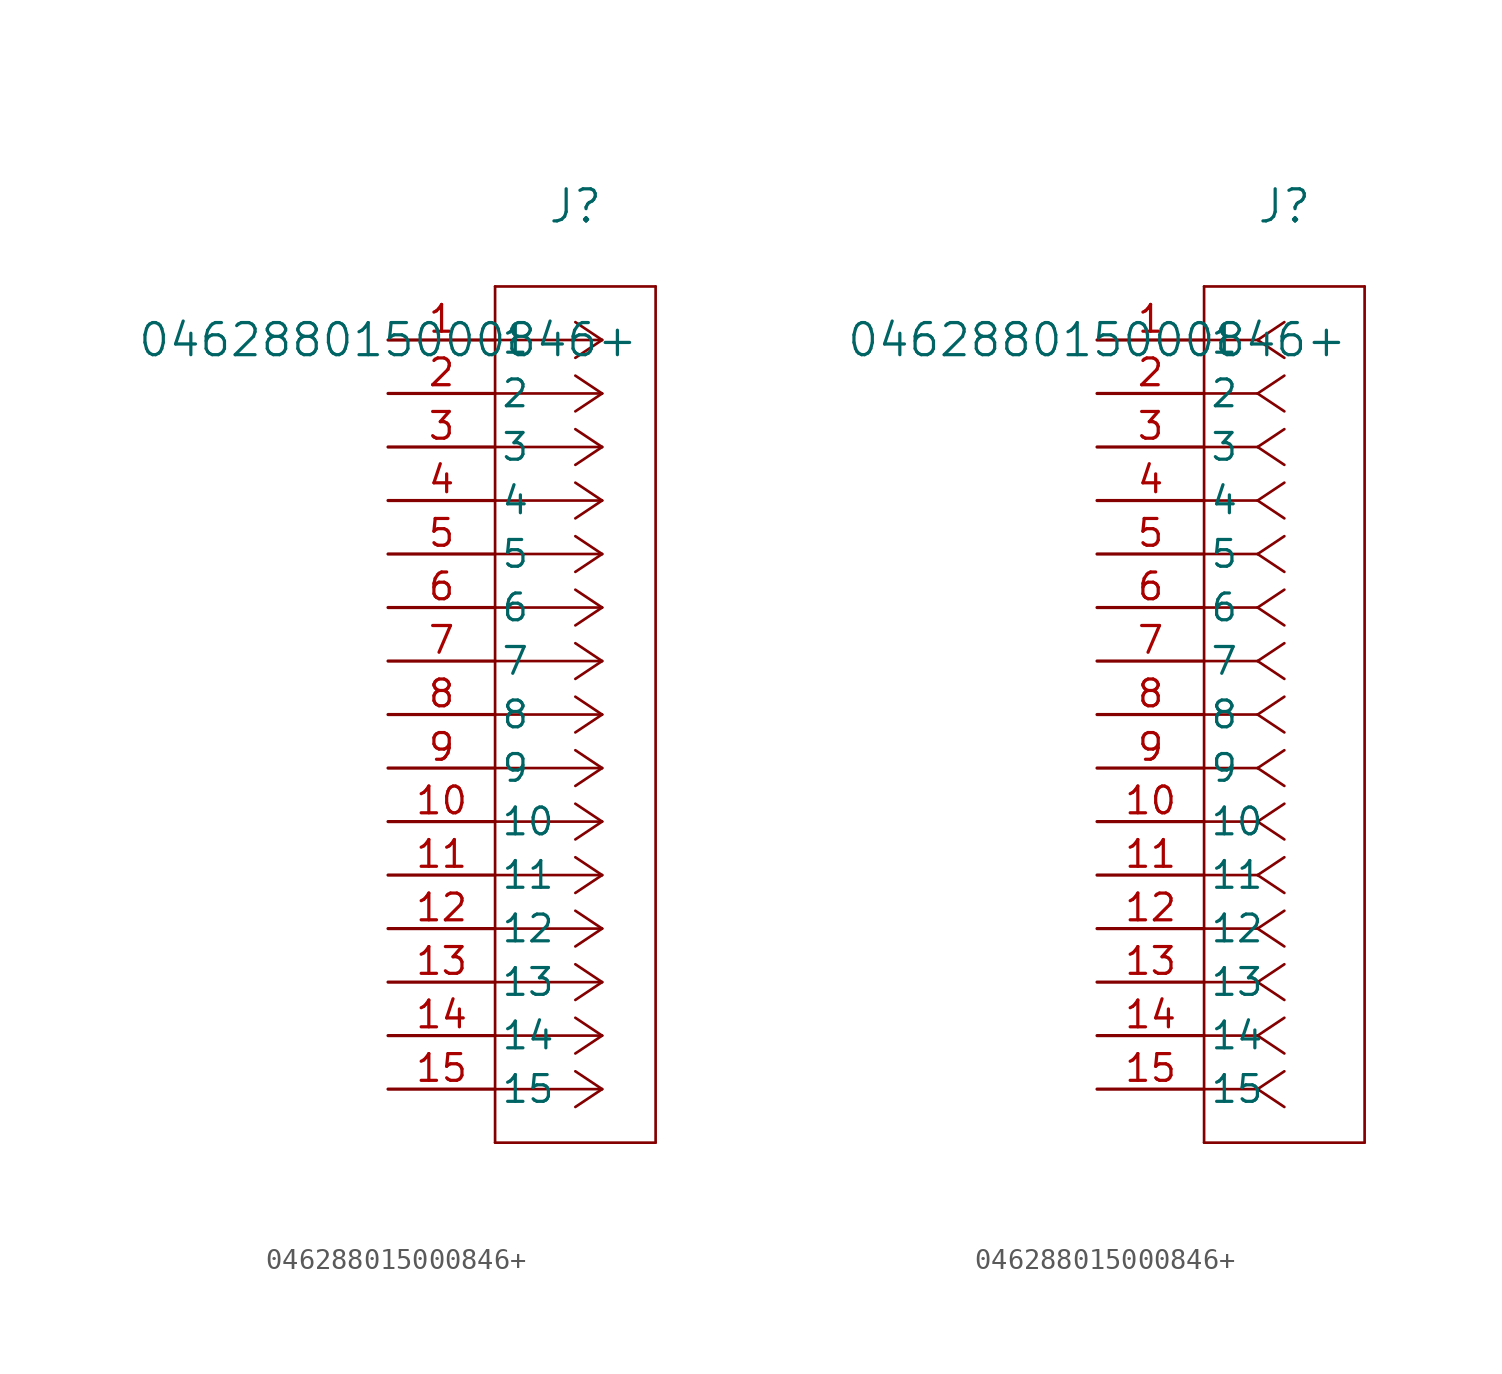
<source format=kicad_sym>
(kicad_symbol_lib
  (version 20211014)
  (generator kicad_symbol_editor)
  (symbol "046288015000846+"
    (pin_names
      (offset 0.254))
    (property "Reference" "J"
      (at 8.89 6.35 0)
      (effects (font (size 1.524 1.524))))
    (property "Value" "046288015000846+"
      (at 0 0 0)
      (effects (font (size 1.524 1.524))))
    (symbol "046288015000846+_1_1"
      (polyline (pts (xy 10.16 0) (xy 5.08 0)) (stroke (width 0.127) (type default) (color 0 0 0 0)) (fill (type none)))
      (polyline (pts (xy 10.16 -2.54) (xy 5.08 -2.54)) (stroke (width 0.127) (type default) (color 0 0 0 0)) (fill (type none)))
      (polyline (pts (xy 10.16 -5.08) (xy 5.08 -5.08)) (stroke (width 0.127) (type default) (color 0 0 0 0)) (fill (type none)))
      (polyline (pts (xy 10.16 -7.62) (xy 5.08 -7.62)) (stroke (width 0.127) (type default) (color 0 0 0 0)) (fill (type none)))
      (polyline (pts (xy 10.16 -10.16) (xy 5.08 -10.16)) (stroke (width 0.127) (type default) (color 0 0 0 0)) (fill (type none)))
      (polyline (pts (xy 10.16 -12.7) (xy 5.08 -12.7)) (stroke (width 0.127) (type default) (color 0 0 0 0)) (fill (type none)))
      (polyline (pts (xy 10.16 -15.24) (xy 5.08 -15.24)) (stroke (width 0.127) (type default) (color 0 0 0 0)) (fill (type none)))
      (polyline (pts (xy 10.16 -17.78) (xy 5.08 -17.78)) (stroke (width 0.127) (type default) (color 0 0 0 0)) (fill (type none)))
      (polyline (pts (xy 10.16 -20.32) (xy 5.08 -20.32)) (stroke (width 0.127) (type default) (color 0 0 0 0)) (fill (type none)))
      (polyline (pts (xy 10.16 -22.86) (xy 5.08 -22.86)) (stroke (width 0.127) (type default) (color 0 0 0 0)) (fill (type none)))
      (polyline (pts (xy 10.16 -25.4) (xy 5.08 -25.4)) (stroke (width 0.127) (type default) (color 0 0 0 0)) (fill (type none)))
      (polyline (pts (xy 10.16 -27.94) (xy 5.08 -27.94)) (stroke (width 0.127) (type default) (color 0 0 0 0)) (fill (type none)))
      (polyline (pts (xy 10.16 -30.48) (xy 5.08 -30.48)) (stroke (width 0.127) (type default) (color 0 0 0 0)) (fill (type none)))
      (polyline (pts (xy 10.16 -33.02) (xy 5.08 -33.02)) (stroke (width 0.127) (type default) (color 0 0 0 0)) (fill (type none)))
      (polyline (pts (xy 10.16 -35.56) (xy 5.08 -35.56)) (stroke (width 0.127) (type default) (color 0 0 0 0)) (fill (type none)))
      (polyline (pts (xy 10.16 0) (xy 8.89 0.847)) (stroke (width 0.127) (type default) (color 0 0 0 0)) (fill (type none)))
      (polyline (pts (xy 10.16 -2.54) (xy 8.89 -1.693)) (stroke (width 0.127) (type default) (color 0 0 0 0)) (fill (type none)))
      (polyline (pts (xy 10.16 -5.08) (xy 8.89 -4.233)) (stroke (width 0.127) (type default) (color 0 0 0 0)) (fill (type none)))
      (polyline (pts (xy 10.16 -7.62) (xy 8.89 -6.773)) (stroke (width 0.127) (type default) (color 0 0 0 0)) (fill (type none)))
      (polyline (pts (xy 10.16 -10.16) (xy 8.89 -9.313)) (stroke (width 0.127) (type default) (color 0 0 0 0)) (fill (type none)))
      (polyline (pts (xy 10.16 -12.7) (xy 8.89 -11.853)) (stroke (width 0.127) (type default) (color 0 0 0 0)) (fill (type none)))
      (polyline (pts (xy 10.16 -15.24) (xy 8.89 -14.393)) (stroke (width 0.127) (type default) (color 0 0 0 0)) (fill (type none)))
      (polyline (pts (xy 10.16 -17.78) (xy 8.89 -16.933)) (stroke (width 0.127) (type default) (color 0 0 0 0)) (fill (type none)))
      (polyline (pts (xy 10.16 -20.32) (xy 8.89 -19.473)) (stroke (width 0.127) (type default) (color 0 0 0 0)) (fill (type none)))
      (polyline (pts (xy 10.16 -22.86) (xy 8.89 -22.013)) (stroke (width 0.127) (type default) (color 0 0 0 0)) (fill (type none)))
      (polyline (pts (xy 10.16 -25.4) (xy 8.89 -24.553)) (stroke (width 0.127) (type default) (color 0 0 0 0)) (fill (type none)))
      (polyline (pts (xy 10.16 -27.94) (xy 8.89 -27.093)) (stroke (width 0.127) (type default) (color 0 0 0 0)) (fill (type none)))
      (polyline (pts (xy 10.16 -30.48) (xy 8.89 -29.633)) (stroke (width 0.127) (type default) (color 0 0 0 0)) (fill (type none)))
      (polyline (pts (xy 10.16 -33.02) (xy 8.89 -32.173)) (stroke (width 0.127) (type default) (color 0 0 0 0)) (fill (type none)))
      (polyline (pts (xy 10.16 -35.56) (xy 8.89 -34.713)) (stroke (width 0.127) (type default) (color 0 0 0 0)) (fill (type none)))
      (polyline (pts (xy 10.16 0) (xy 8.89 -0.847)) (stroke (width 0.127) (type default) (color 0 0 0 0)) (fill (type none)))
      (polyline (pts (xy 10.16 -2.54) (xy 8.89 -3.387)) (stroke (width 0.127) (type default) (color 0 0 0 0)) (fill (type none)))
      (polyline (pts (xy 10.16 -5.08) (xy 8.89 -5.927)) (stroke (width 0.127) (type default) (color 0 0 0 0)) (fill (type none)))
      (polyline (pts (xy 10.16 -7.62) (xy 8.89 -8.467)) (stroke (width 0.127) (type default) (color 0 0 0 0)) (fill (type none)))
      (polyline (pts (xy 10.16 -10.16) (xy 8.89 -11.007)) (stroke (width 0.127) (type default) (color 0 0 0 0)) (fill (type none)))
      (polyline (pts (xy 10.16 -12.7) (xy 8.89 -13.547)) (stroke (width 0.127) (type default) (color 0 0 0 0)) (fill (type none)))
      (polyline (pts (xy 10.16 -15.24) (xy 8.89 -16.087)) (stroke (width 0.127) (type default) (color 0 0 0 0)) (fill (type none)))
      (polyline (pts (xy 10.16 -17.78) (xy 8.89 -18.627)) (stroke (width 0.127) (type default) (color 0 0 0 0)) (fill (type none)))
      (polyline (pts (xy 10.16 -20.32) (xy 8.89 -21.167)) (stroke (width 0.127) (type default) (color 0 0 0 0)) (fill (type none)))
      (polyline (pts (xy 10.16 -22.86) (xy 8.89 -23.707)) (stroke (width 0.127) (type default) (color 0 0 0 0)) (fill (type none)))
      (polyline (pts (xy 10.16 -25.4) (xy 8.89 -26.247)) (stroke (width 0.127) (type default) (color 0 0 0 0)) (fill (type none)))
      (polyline (pts (xy 10.16 -27.94) (xy 8.89 -28.787)) (stroke (width 0.127) (type default) (color 0 0 0 0)) (fill (type none)))
      (polyline (pts (xy 10.16 -30.48) (xy 8.89 -31.327)) (stroke (width 0.127) (type default) (color 0 0 0 0)) (fill (type none)))
      (polyline (pts (xy 10.16 -33.02) (xy 8.89 -33.867)) (stroke (width 0.127) (type default) (color 0 0 0 0)) (fill (type none)))
      (polyline (pts (xy 10.16 -35.56) (xy 8.89 -36.407)) (stroke (width 0.127) (type default) (color 0 0 0 0)) (fill (type none)))
      (polyline (pts (xy 5.08 2.54) (xy 5.08 -38.1)) (stroke (width 0.127) (type default) (color 0 0 0 0)) (fill (type none)))
      (polyline (pts (xy 5.08 -38.1) (xy 12.7 -38.1)) (stroke (width 0.127) (type default) (color 0 0 0 0)) (fill (type none)))
      (polyline (pts (xy 12.7 -38.1) (xy 12.7 2.54)) (stroke (width 0.127) (type default) (color 0 0 0 0)) (fill (type none)))
      (polyline (pts (xy 12.7 2.54) (xy 5.08 2.54)) (stroke (width 0.127) (type default) (color 0 0 0 0)) (fill (type none)))
      (pin unspecified line (at 0 0 0) (length 5.08) (name "1" (effects (font (size 1.27 1.27)))) (number "1" (effects (font (size 1.27 1.27)))))
      (pin unspecified line (at 0 -2.54 0) (length 5.08) (name "2" (effects (font (size 1.27 1.27)))) (number "2" (effects (font (size 1.27 1.27)))))
      (pin unspecified line (at 0 -5.08 0) (length 5.08) (name "3" (effects (font (size 1.27 1.27)))) (number "3" (effects (font (size 1.27 1.27)))))
      (pin unspecified line (at 0 -7.62 0) (length 5.08) (name "4" (effects (font (size 1.27 1.27)))) (number "4" (effects (font (size 1.27 1.27)))))
      (pin unspecified line (at 0 -10.16 0) (length 5.08) (name "5" (effects (font (size 1.27 1.27)))) (number "5" (effects (font (size 1.27 1.27)))))
      (pin unspecified line (at 0 -12.7 0) (length 5.08) (name "6" (effects (font (size 1.27 1.27)))) (number "6" (effects (font (size 1.27 1.27)))))
      (pin unspecified line (at 0 -15.24 0) (length 5.08) (name "7" (effects (font (size 1.27 1.27)))) (number "7" (effects (font (size 1.27 1.27)))))
      (pin unspecified line (at 0 -17.78 0) (length 5.08) (name "8" (effects (font (size 1.27 1.27)))) (number "8" (effects (font (size 1.27 1.27)))))
      (pin unspecified line (at 0 -20.32 0) (length 5.08) (name "9" (effects (font (size 1.27 1.27)))) (number "9" (effects (font (size 1.27 1.27)))))
      (pin unspecified line (at 0 -22.86 0) (length 5.08) (name "10" (effects (font (size 1.27 1.27)))) (number "10" (effects (font (size 1.27 1.27)))))
      (pin unspecified line (at 0 -25.4 0) (length 5.08) (name "11" (effects (font (size 1.27 1.27)))) (number "11" (effects (font (size 1.27 1.27)))))
      (pin unspecified line (at 0 -27.94 0) (length 5.08) (name "12" (effects (font (size 1.27 1.27)))) (number "12" (effects (font (size 1.27 1.27)))))
      (pin unspecified line (at 0 -30.48 0) (length 5.08) (name "13" (effects (font (size 1.27 1.27)))) (number "13" (effects (font (size 1.27 1.27)))))
      (pin unspecified line (at 0 -33.02 0) (length 5.08) (name "14" (effects (font (size 1.27 1.27)))) (number "14" (effects (font (size 1.27 1.27)))))
      (pin unspecified line (at 0 -35.56 0) (length 5.08) (name "15" (effects (font (size 1.27 1.27)))) (number "15" (effects (font (size 1.27 1.27))))))
    (symbol "046288015000846+_1_2"
      (polyline (pts (xy 7.62 0) (xy 5.08 0)) (stroke (width 0.127) (type default) (color 0 0 0 0)) (fill (type none)))
      (polyline (pts (xy 7.62 -2.54) (xy 5.08 -2.54)) (stroke (width 0.127) (type default) (color 0 0 0 0)) (fill (type none)))
      (polyline (pts (xy 7.62 -5.08) (xy 5.08 -5.08)) (stroke (width 0.127) (type default) (color 0 0 0 0)) (fill (type none)))
      (polyline (pts (xy 7.62 -7.62) (xy 5.08 -7.62)) (stroke (width 0.127) (type default) (color 0 0 0 0)) (fill (type none)))
      (polyline (pts (xy 7.62 -10.16) (xy 5.08 -10.16)) (stroke (width 0.127) (type default) (color 0 0 0 0)) (fill (type none)))
      (polyline (pts (xy 7.62 -12.7) (xy 5.08 -12.7)) (stroke (width 0.127) (type default) (color 0 0 0 0)) (fill (type none)))
      (polyline (pts (xy 7.62 -15.24) (xy 5.08 -15.24)) (stroke (width 0.127) (type default) (color 0 0 0 0)) (fill (type none)))
      (polyline (pts (xy 7.62 -17.78) (xy 5.08 -17.78)) (stroke (width 0.127) (type default) (color 0 0 0 0)) (fill (type none)))
      (polyline (pts (xy 7.62 -20.32) (xy 5.08 -20.32)) (stroke (width 0.127) (type default) (color 0 0 0 0)) (fill (type none)))
      (polyline (pts (xy 7.62 -22.86) (xy 5.08 -22.86)) (stroke (width 0.127) (type default) (color 0 0 0 0)) (fill (type none)))
      (polyline (pts (xy 7.62 -25.4) (xy 5.08 -25.4)) (stroke (width 0.127) (type default) (color 0 0 0 0)) (fill (type none)))
      (polyline (pts (xy 7.62 -27.94) (xy 5.08 -27.94)) (stroke (width 0.127) (type default) (color 0 0 0 0)) (fill (type none)))
      (polyline (pts (xy 7.62 -30.48) (xy 5.08 -30.48)) (stroke (width 0.127) (type default) (color 0 0 0 0)) (fill (type none)))
      (polyline (pts (xy 7.62 -33.02) (xy 5.08 -33.02)) (stroke (width 0.127) (type default) (color 0 0 0 0)) (fill (type none)))
      (polyline (pts (xy 7.62 -35.56) (xy 5.08 -35.56)) (stroke (width 0.127) (type default) (color 0 0 0 0)) (fill (type none)))
      (polyline (pts (xy 7.62 0) (xy 8.89 0.847)) (stroke (width 0.127) (type default) (color 0 0 0 0)) (fill (type none)))
      (polyline (pts (xy 7.62 -2.54) (xy 8.89 -1.693)) (stroke (width 0.127) (type default) (color 0 0 0 0)) (fill (type none)))
      (polyline (pts (xy 7.62 -5.08) (xy 8.89 -4.233)) (stroke (width 0.127) (type default) (color 0 0 0 0)) (fill (type none)))
      (polyline (pts (xy 7.62 -7.62) (xy 8.89 -6.773)) (stroke (width 0.127) (type default) (color 0 0 0 0)) (fill (type none)))
      (polyline (pts (xy 7.62 -10.16) (xy 8.89 -9.313)) (stroke (width 0.127) (type default) (color 0 0 0 0)) (fill (type none)))
      (polyline (pts (xy 7.62 -12.7) (xy 8.89 -11.853)) (stroke (width 0.127) (type default) (color 0 0 0 0)) (fill (type none)))
      (polyline (pts (xy 7.62 -15.24) (xy 8.89 -14.393)) (stroke (width 0.127) (type default) (color 0 0 0 0)) (fill (type none)))
      (polyline (pts (xy 7.62 -17.78) (xy 8.89 -16.933)) (stroke (width 0.127) (type default) (color 0 0 0 0)) (fill (type none)))
      (polyline (pts (xy 7.62 -20.32) (xy 8.89 -19.473)) (stroke (width 0.127) (type default) (color 0 0 0 0)) (fill (type none)))
      (polyline (pts (xy 7.62 -22.86) (xy 8.89 -22.013)) (stroke (width 0.127) (type default) (color 0 0 0 0)) (fill (type none)))
      (polyline (pts (xy 7.62 -25.4) (xy 8.89 -24.553)) (stroke (width 0.127) (type default) (color 0 0 0 0)) (fill (type none)))
      (polyline (pts (xy 7.62 -27.94) (xy 8.89 -27.093)) (stroke (width 0.127) (type default) (color 0 0 0 0)) (fill (type none)))
      (polyline (pts (xy 7.62 -30.48) (xy 8.89 -29.633)) (stroke (width 0.127) (type default) (color 0 0 0 0)) (fill (type none)))
      (polyline (pts (xy 7.62 -33.02) (xy 8.89 -32.173)) (stroke (width 0.127) (type default) (color 0 0 0 0)) (fill (type none)))
      (polyline (pts (xy 7.62 -35.56) (xy 8.89 -34.713)) (stroke (width 0.127) (type default) (color 0 0 0 0)) (fill (type none)))
      (polyline (pts (xy 7.62 0) (xy 8.89 -0.847)) (stroke (width 0.127) (type default) (color 0 0 0 0)) (fill (type none)))
      (polyline (pts (xy 7.62 -2.54) (xy 8.89 -3.387)) (stroke (width 0.127) (type default) (color 0 0 0 0)) (fill (type none)))
      (polyline (pts (xy 7.62 -5.08) (xy 8.89 -5.927)) (stroke (width 0.127) (type default) (color 0 0 0 0)) (fill (type none)))
      (polyline (pts (xy 7.62 -7.62) (xy 8.89 -8.467)) (stroke (width 0.127) (type default) (color 0 0 0 0)) (fill (type none)))
      (polyline (pts (xy 7.62 -10.16) (xy 8.89 -11.007)) (stroke (width 0.127) (type default) (color 0 0 0 0)) (fill (type none)))
      (polyline (pts (xy 7.62 -12.7) (xy 8.89 -13.547)) (stroke (width 0.127) (type default) (color 0 0 0 0)) (fill (type none)))
      (polyline (pts (xy 7.62 -15.24) (xy 8.89 -16.087)) (stroke (width 0.127) (type default) (color 0 0 0 0)) (fill (type none)))
      (polyline (pts (xy 7.62 -17.78) (xy 8.89 -18.627)) (stroke (width 0.127) (type default) (color 0 0 0 0)) (fill (type none)))
      (polyline (pts (xy 7.62 -20.32) (xy 8.89 -21.167)) (stroke (width 0.127) (type default) (color 0 0 0 0)) (fill (type none)))
      (polyline (pts (xy 7.62 -22.86) (xy 8.89 -23.707)) (stroke (width 0.127) (type default) (color 0 0 0 0)) (fill (type none)))
      (polyline (pts (xy 7.62 -25.4) (xy 8.89 -26.247)) (stroke (width 0.127) (type default) (color 0 0 0 0)) (fill (type none)))
      (polyline (pts (xy 7.62 -27.94) (xy 8.89 -28.787)) (stroke (width 0.127) (type default) (color 0 0 0 0)) (fill (type none)))
      (polyline (pts (xy 7.62 -30.48) (xy 8.89 -31.327)) (stroke (width 0.127) (type default) (color 0 0 0 0)) (fill (type none)))
      (polyline (pts (xy 7.62 -33.02) (xy 8.89 -33.867)) (stroke (width 0.127) (type default) (color 0 0 0 0)) (fill (type none)))
      (polyline (pts (xy 7.62 -35.56) (xy 8.89 -36.407)) (stroke (width 0.127) (type default) (color 0 0 0 0)) (fill (type none)))
      (polyline (pts (xy 5.08 2.54) (xy 5.08 -38.1)) (stroke (width 0.127) (type default) (color 0 0 0 0)) (fill (type none)))
      (polyline (pts (xy 5.08 -38.1) (xy 12.7 -38.1)) (stroke (width 0.127) (type default) (color 0 0 0 0)) (fill (type none)))
      (polyline (pts (xy 12.7 -38.1) (xy 12.7 2.54)) (stroke (width 0.127) (type default) (color 0 0 0 0)) (fill (type none)))
      (polyline (pts (xy 12.7 2.54) (xy 5.08 2.54)) (stroke (width 0.127) (type default) (color 0 0 0 0)) (fill (type none)))
      (pin unspecified line (at 0 0 0) (length 5.08) (name "1" (effects (font (size 1.27 1.27)))) (number "1" (effects (font (size 1.27 1.27)))))
      (pin unspecified line (at 0 -2.54 0) (length 5.08) (name "2" (effects (font (size 1.27 1.27)))) (number "2" (effects (font (size 1.27 1.27)))))
      (pin unspecified line (at 0 -5.08 0) (length 5.08) (name "3" (effects (font (size 1.27 1.27)))) (number "3" (effects (font (size 1.27 1.27)))))
      (pin unspecified line (at 0 -7.62 0) (length 5.08) (name "4" (effects (font (size 1.27 1.27)))) (number "4" (effects (font (size 1.27 1.27)))))
      (pin unspecified line (at 0 -10.16 0) (length 5.08) (name "5" (effects (font (size 1.27 1.27)))) (number "5" (effects (font (size 1.27 1.27)))))
      (pin unspecified line (at 0 -12.7 0) (length 5.08) (name "6" (effects (font (size 1.27 1.27)))) (number "6" (effects (font (size 1.27 1.27)))))
      (pin unspecified line (at 0 -15.24 0) (length 5.08) (name "7" (effects (font (size 1.27 1.27)))) (number "7" (effects (font (size 1.27 1.27)))))
      (pin unspecified line (at 0 -17.78 0) (length 5.08) (name "8" (effects (font (size 1.27 1.27)))) (number "8" (effects (font (size 1.27 1.27)))))
      (pin unspecified line (at 0 -20.32 0) (length 5.08) (name "9" (effects (font (size 1.27 1.27)))) (number "9" (effects (font (size 1.27 1.27)))))
      (pin unspecified line (at 0 -22.86 0) (length 5.08) (name "10" (effects (font (size 1.27 1.27)))) (number "10" (effects (font (size 1.27 1.27)))))
      (pin unspecified line (at 0 -25.4 0) (length 5.08) (name "11" (effects (font (size 1.27 1.27)))) (number "11" (effects (font (size 1.27 1.27)))))
      (pin unspecified line (at 0 -27.94 0) (length 5.08) (name "12" (effects (font (size 1.27 1.27)))) (number "12" (effects (font (size 1.27 1.27)))))
      (pin unspecified line (at 0 -30.48 0) (length 5.08) (name "13" (effects (font (size 1.27 1.27)))) (number "13" (effects (font (size 1.27 1.27)))))
      (pin unspecified line (at 0 -33.02 0) (length 5.08) (name "14" (effects (font (size 1.27 1.27)))) (number "14" (effects (font (size 1.27 1.27)))))
      (pin unspecified line (at 0 -35.56 0) (length 5.08) (name "15" (effects (font (size 1.27 1.27)))) (number "15" (effects (font (size 1.27 1.27))))))))
</source>
